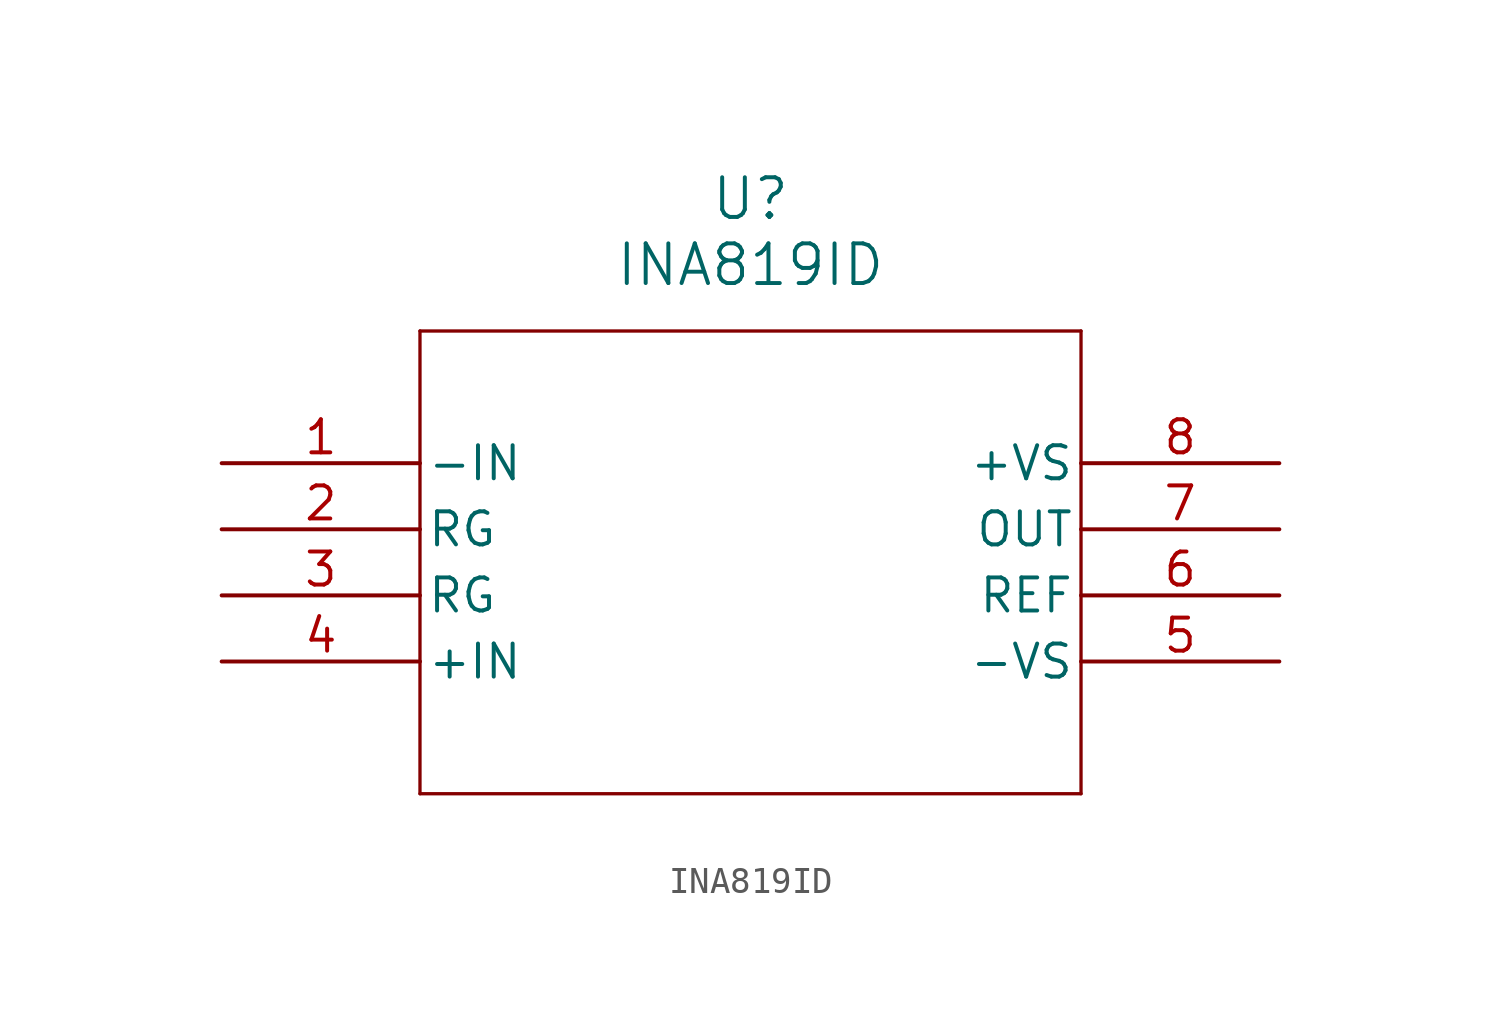
<source format=kicad_sym>
(kicad_symbol_lib
  (version 20211014)
  (generator kicad_symbol_editor)
  (symbol "INA819ID"
    (pin_names
      (offset 0.254))
    (property "Reference" "U"
      (at 20.32 10.16 0)
      (effects (font (size 1.524 1.524))))
    (property "Value" "INA819ID"
      (at 20.32 7.62 0)
      (effects (font (size 1.524 1.524))))
    (symbol "INA819ID_0_1"
      (polyline (pts (xy 7.62 5.08) (xy 7.62 -12.7)) (stroke (width 0.127) (type default) (color 0 0 0 0)) (fill (type none)))
      (polyline (pts (xy 7.62 -12.7) (xy 33.02 -12.7)) (stroke (width 0.127) (type default) (color 0 0 0 0)) (fill (type none)))
      (polyline (pts (xy 33.02 -12.7) (xy 33.02 5.08)) (stroke (width 0.127) (type default) (color 0 0 0 0)) (fill (type none)))
      (polyline (pts (xy 33.02 5.08) (xy 7.62 5.08)) (stroke (width 0.127) (type default) (color 0 0 0 0)) (fill (type none)))
      (pin input line (at 0 0 0) (length 7.62) (name "-IN" (effects (font (size 1.27 1.27)))) (number "1" (effects (font (size 1.27 1.27)))))
      (pin unspecified line (at 0 -2.54 0) (length 7.62) (name "RG" (effects (font (size 1.27 1.27)))) (number "2" (effects (font (size 1.27 1.27)))))
      (pin unspecified line (at 0 -5.08 0) (length 7.62) (name "RG" (effects (font (size 1.27 1.27)))) (number "3" (effects (font (size 1.27 1.27)))))
      (pin input line (at 0 -7.62 0) (length 7.62) (name "+IN" (effects (font (size 1.27 1.27)))) (number "4" (effects (font (size 1.27 1.27)))))
      (pin power_in line (at 40.64 -7.62 180) (length 7.62) (name "-VS" (effects (font (size 1.27 1.27)))) (number "5" (effects (font (size 1.27 1.27)))))
      (pin input line (at 40.64 -5.08 180) (length 7.62) (name "REF" (effects (font (size 1.27 1.27)))) (number "6" (effects (font (size 1.27 1.27)))))
      (pin output line (at 40.64 -2.54 180) (length 7.62) (name "OUT" (effects (font (size 1.27 1.27)))) (number "7" (effects (font (size 1.27 1.27)))))
      (pin power_in line (at 40.64 0 180) (length 7.62) (name "+VS" (effects (font (size 1.27 1.27)))) (number "8" (effects (font (size 1.27 1.27))))))))
</source>
